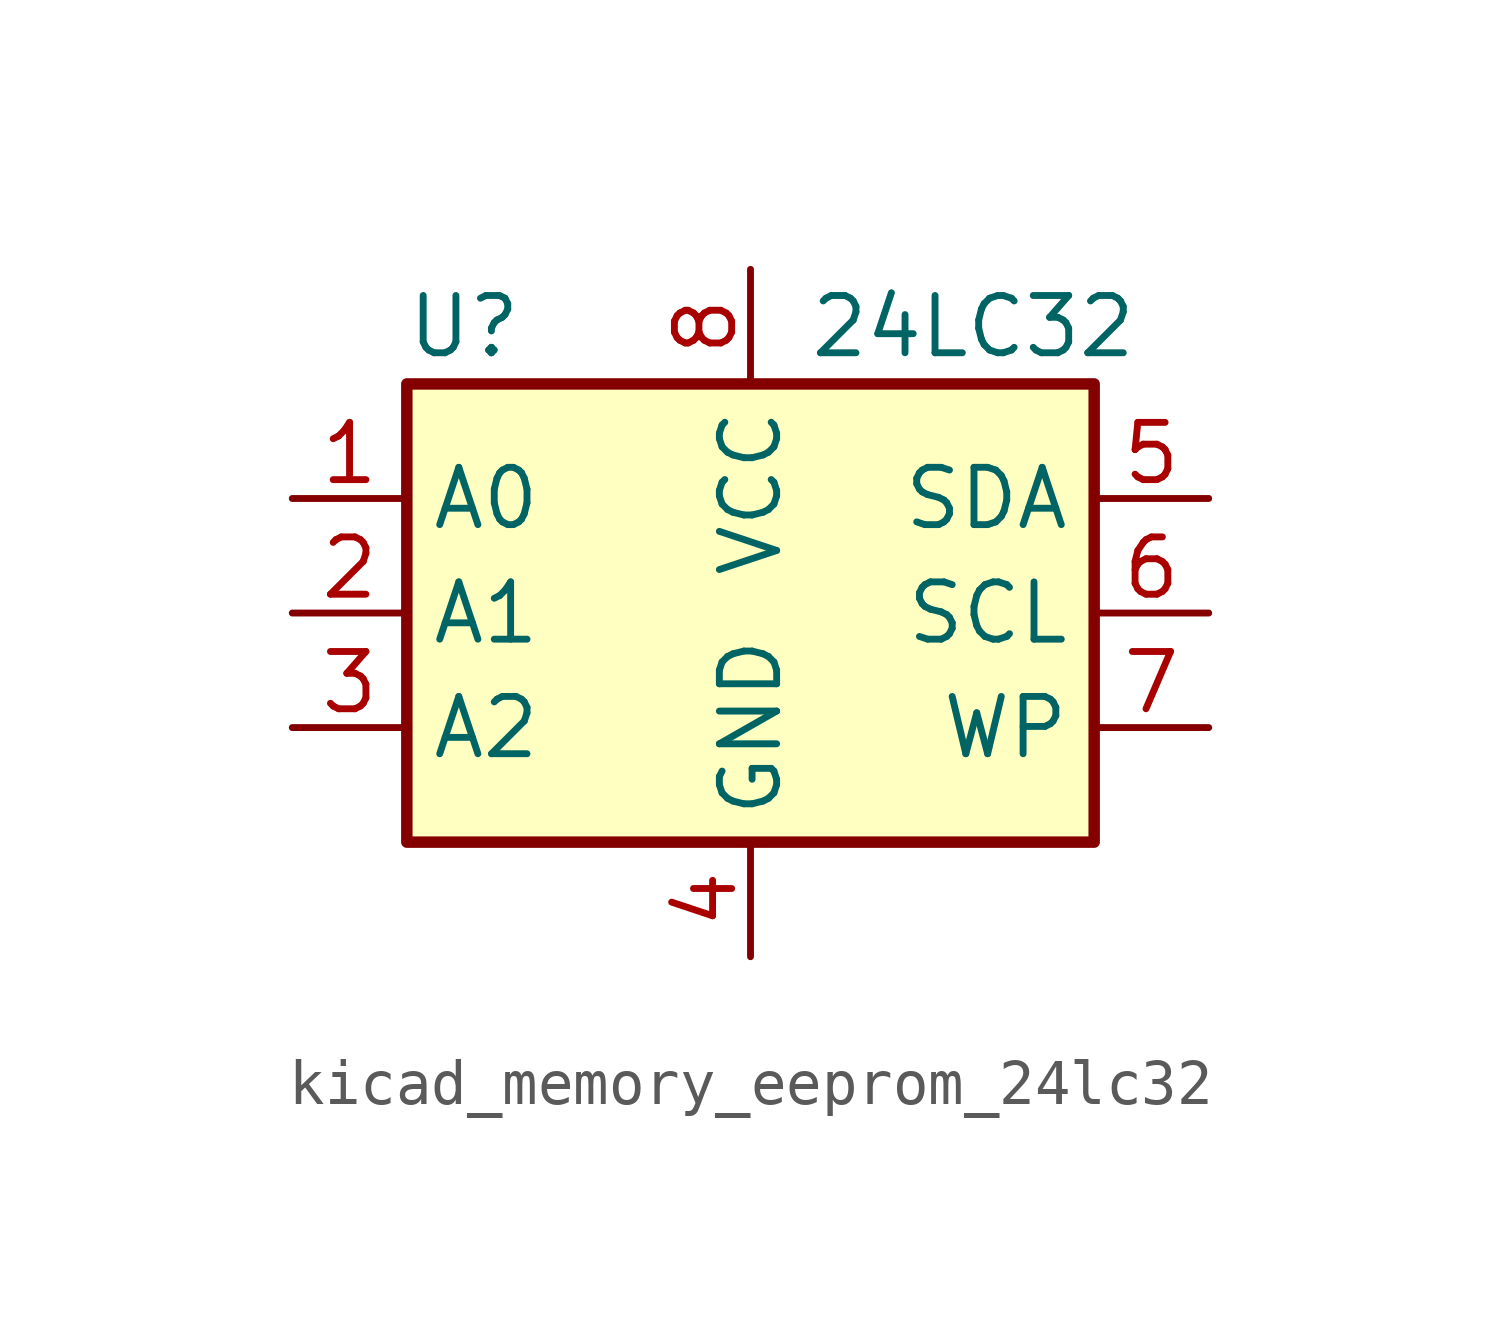
<source format=kicad_sym>
(kicad_symbol_lib
  (version 20220914)
  (generator kicad_symbol_editor)
  (symbol "kicad_memory_eeprom_24lc32"
    (property "Reference" "U"
      (at -6.35 6.35 0)
      (effects (font (size 1.27 1.27))))
    (property "Value" "24LC32"
      (at 1.27 6.35 0)
      (effects (font (size 1.27 1.27)) (justify left)))
    (symbol "kicad_memory_eeprom_24lc32_1_1"
      (rectangle (start -7.62 5.08) (end 7.62 -5.08) (stroke (width 0.254) (type default)) (fill (type background)))
      (pin input line (at -10.16 2.54 0) (length 2.54) (name "A0" (effects (font (size 1.27 1.27)))) (number "1" (effects (font (size 1.27 1.27)))))
      (pin input line (at -10.16 0 0) (length 2.54) (name "A1" (effects (font (size 1.27 1.27)))) (number "2" (effects (font (size 1.27 1.27)))))
      (pin input line (at -10.16 -2.54 0) (length 2.54) (name "A2" (effects (font (size 1.27 1.27)))) (number "3" (effects (font (size 1.27 1.27)))))
      (pin power_in line (at 0 -7.62 90) (length 2.54) (name "GND" (effects (font (size 1.27 1.27)))) (number "4" (effects (font (size 1.27 1.27)))))
      (pin bidirectional line (at 10.16 2.54 180) (length 2.54) (name "SDA" (effects (font (size 1.27 1.27)))) (number "5" (effects (font (size 1.27 1.27)))))
      (pin input line (at 10.16 0 180) (length 2.54) (name "SCL" (effects (font (size 1.27 1.27)))) (number "6" (effects (font (size 1.27 1.27)))))
      (pin input line (at 10.16 -2.54 180) (length 2.54) (name "WP" (effects (font (size 1.27 1.27)))) (number "7" (effects (font (size 1.27 1.27)))))
      (pin power_in line (at 0 7.62 270) (length 2.54) (name "VCC" (effects (font (size 1.27 1.27)))) (number "8" (effects (font (size 1.27 1.27))))))))
</source>
